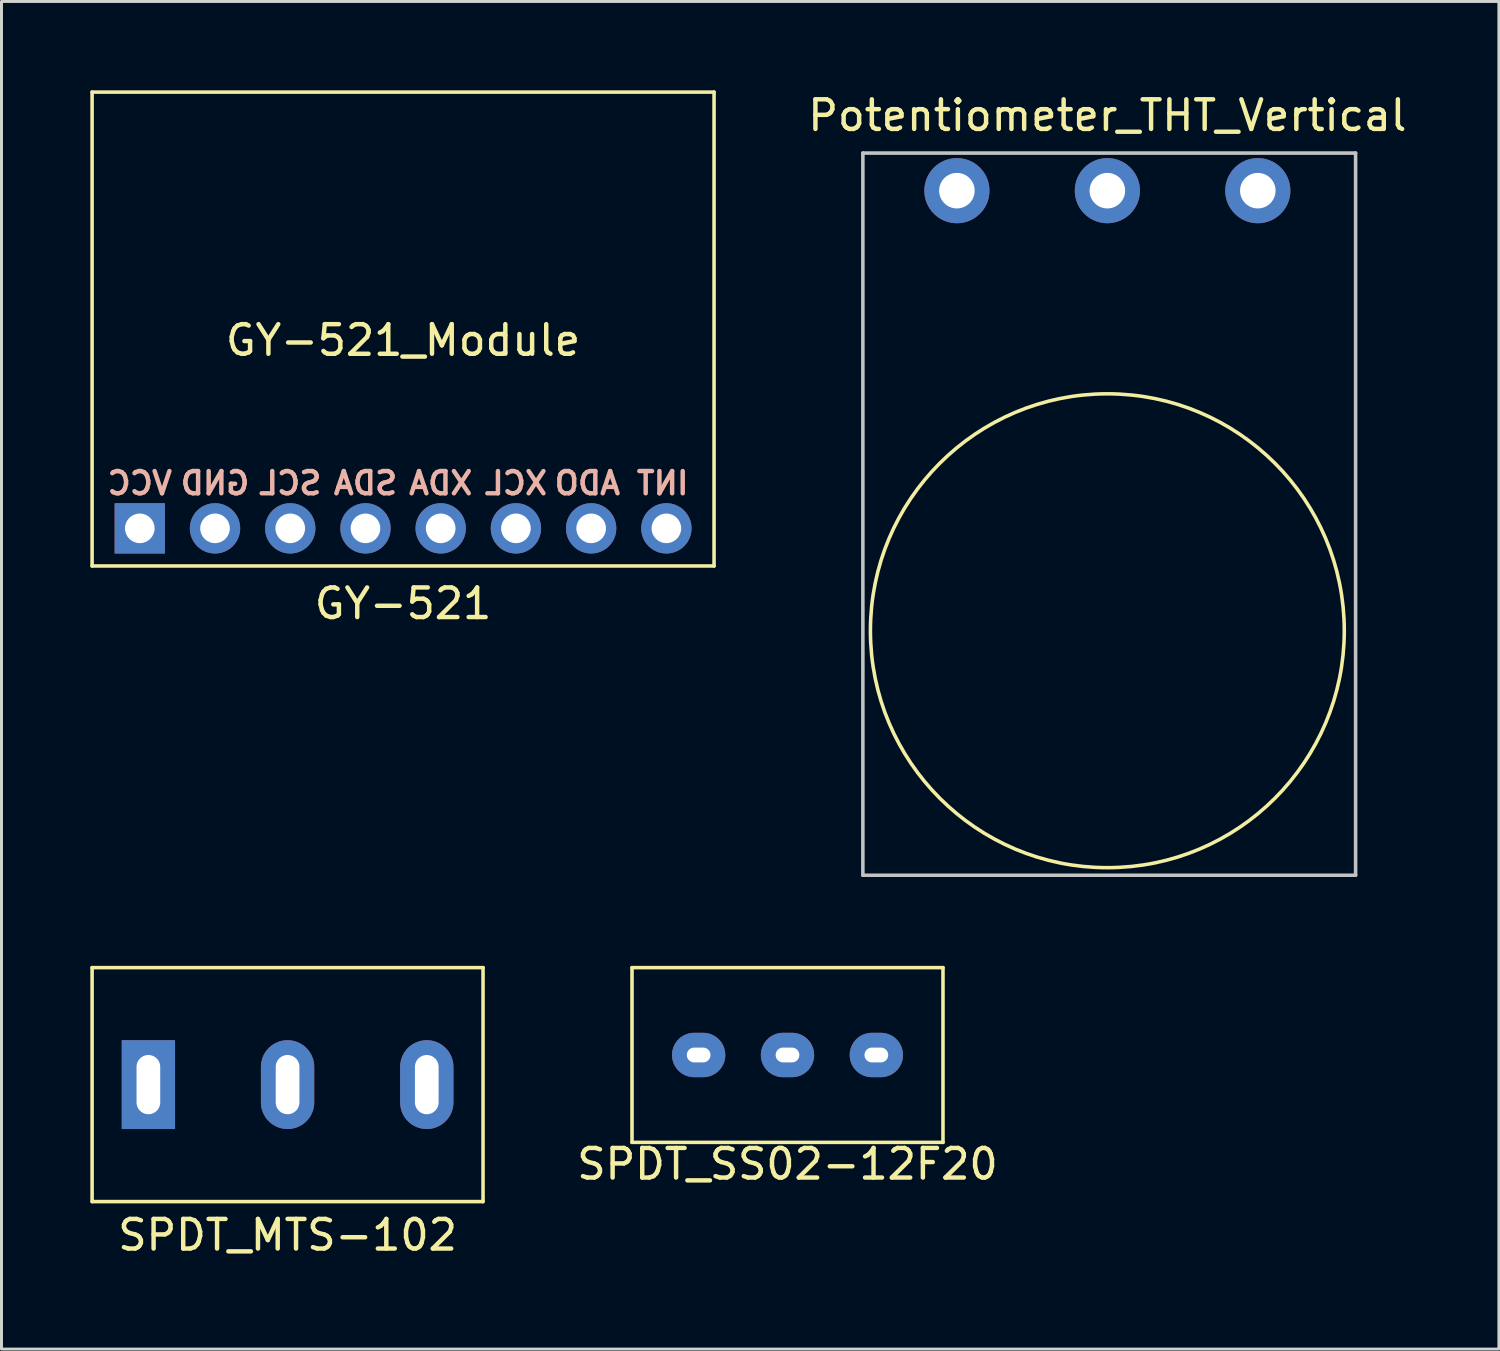
<source format=kicad_pcb>
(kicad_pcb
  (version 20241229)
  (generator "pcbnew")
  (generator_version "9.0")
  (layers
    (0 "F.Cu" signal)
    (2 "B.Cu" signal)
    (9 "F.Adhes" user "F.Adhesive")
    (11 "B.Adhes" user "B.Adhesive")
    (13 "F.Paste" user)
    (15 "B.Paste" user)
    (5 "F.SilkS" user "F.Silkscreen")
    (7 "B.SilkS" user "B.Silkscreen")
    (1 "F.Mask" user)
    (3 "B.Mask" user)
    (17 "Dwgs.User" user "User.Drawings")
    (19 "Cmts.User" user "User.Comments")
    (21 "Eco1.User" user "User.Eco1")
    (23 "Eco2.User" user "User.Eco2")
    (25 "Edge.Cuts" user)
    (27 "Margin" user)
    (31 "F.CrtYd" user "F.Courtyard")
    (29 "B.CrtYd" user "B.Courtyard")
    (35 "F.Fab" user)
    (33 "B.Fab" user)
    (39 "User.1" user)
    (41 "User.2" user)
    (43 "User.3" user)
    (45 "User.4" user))
  (footprint "GY-521_Module"
    (layer "F.Cu")
    (at 1.67 14.79)
    (property "Reference" "GY-521_Module" (at 8.89 -6.35 0) (layer "F.SilkS") (effects (font (size 1 1) (thickness 0.15))))
    (attr through_hole)
    (fp_line (start -1.61 -14.73) (end -1.61 1.27) (stroke (width 0.12) (type solid)) (layer "F.SilkS"))
    (fp_line (start -1.61 1.27) (end 19.39 1.27) (stroke (width 0.12) (type solid)) (layer "F.SilkS"))
    (fp_line (start 19.39 -14.73) (end -1.61 -14.73) (stroke (width 0.12) (type solid)) (layer "F.SilkS"))
    (fp_line (start 19.39 1.27) (end 19.39 -14.73) (stroke (width 0.12) (type solid)) (layer "F.SilkS"))
    (fp_text user "GY-521" (at 8.89 2.54 0) (layer "F.SilkS") (effects (font (size 1 1) (thickness 0.15))))
    (fp_text user "VCC" (at 0 -1.524 180) (layer "B.SilkS") (effects (font (size 0.75 0.75) (thickness 0.15)) (justify mirror)))
    (fp_text user "XCL" (at 12.7 -1.524 180) (layer "B.SilkS") (effects (font (size 0.75 0.75) (thickness 0.15)) (justify mirror)))
    (fp_text user "XDA" (at 10.16 -1.524 180) (layer "B.SilkS") (effects (font (size 0.75 0.75) (thickness 0.15)) (justify mirror)))
    (fp_text user "SCL" (at 5.08 -1.524 180) (layer "B.SilkS") (effects (font (size 0.75 0.75) (thickness 0.15)) (justify mirror)))
    (fp_text user "ADO" (at 15.113 -1.524 180) (layer "B.SilkS") (effects (font (size 0.75 0.75) (thickness 0.15)) (justify mirror)))
    (fp_text user "GND" (at 2.54 -1.524 180) (layer "B.SilkS") (effects (font (size 0.75 0.75) (thickness 0.15)) (justify mirror)))
    (fp_text user "INT" (at 17.653 -1.524 180) (layer "B.SilkS") (effects (font (size 0.75 0.75) (thickness 0.15)) (justify mirror)))
    (fp_text user "SDA" (at 7.62 -1.524 180) (layer "B.SilkS") (effects (font (size 0.75 0.75) (thickness 0.15)) (justify mirror)))
    (pad "1" thru_hole rect (at 0 0) (size 1.7 1.7) (drill 1) (layers "*.Cu" "*.Mask"))
    (pad "2" thru_hole circle (at 2.54 0) (size 1.7 1.7) (drill 1) (layers "*.Cu" "*.Mask"))
    (pad "3" thru_hole circle (at 5.08 0) (size 1.7 1.7) (drill 1) (layers "*.Cu" "*.Mask"))
    (pad "4" thru_hole circle (at 7.62 0) (size 1.7 1.7) (drill 1) (layers "*.Cu" "*.Mask"))
    (pad "5" thru_hole circle (at 10.16 0) (size 1.7 1.7) (drill 1) (layers "*.Cu" "*.Mask"))
    (pad "6" thru_hole circle (at 12.7 0) (size 1.7 1.7) (drill 1) (layers "*.Cu" "*.Mask"))
    (pad "7" thru_hole circle (at 15.24 0) (size 1.7 1.7) (drill 1) (layers "*.Cu" "*.Mask"))
    (pad "8" thru_hole circle (at 17.78 0) (size 1.7 1.7) (drill 1) (layers "*.Cu" "*.Mask")))
  (footprint "Potentiometer_THT_Vertical"
    (layer "F.Cu")
    (at 34.34 3.388)
    (property "Reference" "Potentiometer_THT_Vertical" (at 0 -2.54 0) (layer "F.SilkS") (effects (font (size 1 1) (thickness 0.15))))
    (attr through_hole)
    (fp_circle (center 0 14.859) (end 8 14.859) (stroke (width 0.12) (type solid)) (fill no) (layer "F.SilkS"))
    (fp_line (start -8.255 -1.27) (end -8.255 23.114) (stroke (width 0.12) (type solid)) (layer "Dwgs.User"))
    (fp_line (start -8.255 23.114) (end 8.382 23.114) (stroke (width 0.12) (type solid)) (layer "Dwgs.User"))
    (fp_line (start 8.382 -1.27) (end -8.255 -1.27) (stroke (width 0.12) (type solid)) (layer "Dwgs.User"))
    (fp_line (start 8.382 23.114) (end 8.382 -1.27) (stroke (width 0.12) (type solid)) (layer "Dwgs.User"))
    (pad "1" thru_hole circle (at -5.08 0) (size 2.2 2.2) (drill 1.2) (layers "*.Cu" "*.Mask"))
    (pad "2" thru_hole circle (at 0 0) (size 2.2 2.2) (drill 1.2) (layers "*.Cu" "*.Mask"))
    (pad "3" thru_hole circle (at 5.08 0) (size 2.2 2.2) (drill 1.2) (layers "*.Cu" "*.Mask")))
  (footprint "SPDT_MTS-102"
    (layer "F.Cu")
    (at 6.66 33.572)
    (property "Reference" "SPDT_MTS-102" (at 0 5.08 180) (layer "F.SilkS") (effects (font (size 1 1) (thickness 0.15))))
    (attr through_hole)
    (fp_line (start -6.6 -3.95) (end 6.6 -3.95) (stroke (width 0.12) (type solid)) (layer "F.SilkS"))
    (fp_line (start -6.6 3.95) (end -6.6 -3.95) (stroke (width 0.12) (type solid)) (layer "F.SilkS"))
    (fp_line (start -6.6 3.95) (end 6.6 3.95) (stroke (width 0.12) (type solid)) (layer "F.SilkS"))
    (fp_line (start 6.6 3.95) (end 6.6 -3.95) (stroke (width 0.12) (type solid)) (layer "F.SilkS"))
    (pad "1" thru_hole rect (at -4.7 0 180) (size 1.8 3) (drill oval 0.8 2) (layers "*.Cu" "*.Mask"))
    (pad "2" thru_hole oval (at 0 0 180) (size 1.8 3) (drill oval 0.8 2) (layers "*.Cu" "*.Mask"))
    (pad "3" thru_hole oval (at 4.7 0 180) (size 1.8 3) (drill oval 0.8 2) (layers "*.Cu" "*.Mask")))
  (footprint "SPDT_SS02-12F20"
    (layer "F.Cu")
    (at 23.54 32.572)
    (property "Reference" "SPDT_SS02-12F20" (at 0 3.683 0) (layer "F.SilkS") (effects (font (size 1 1) (thickness 0.15))))
    (attr through_hole)
    (fp_line (start -5.25 -2.95) (end -5.25 2.95) (stroke (width 0.12) (type solid)) (layer "F.SilkS"))
    (fp_line (start -5.25 -2.95) (end 5.25 -2.95) (stroke (width 0.12) (type solid)) (layer "F.SilkS"))
    (fp_line (start -5.25 2.95) (end 5.25 2.95) (stroke (width 0.12) (type solid)) (layer "F.SilkS"))
    (fp_line (start 5.25 -2.95) (end 5.25 2.95) (stroke (width 0.12) (type solid)) (layer "F.SilkS"))
    (pad "1" thru_hole oval (at 0 0) (size 1.8 1.5) (drill oval 0.8 0.5) (layers "*.Cu" "*.Mask"))
    (pad "2" thru_hole oval (at -3 0) (size 1.8 1.5) (drill oval 0.8 0.5) (layers "*.Cu" "*.Mask"))
    (pad "3" thru_hole oval (at 3 0) (size 1.8 1.5) (drill oval 0.8 0.5) (layers "*.Cu" "*.Mask")))
  (gr_rect
    (start -3 -3)
    (end 47.56 42.501)
    (stroke (width 0.1) (type default))
    (fill no)
    (layer "Edge.Cuts")))
</source>
